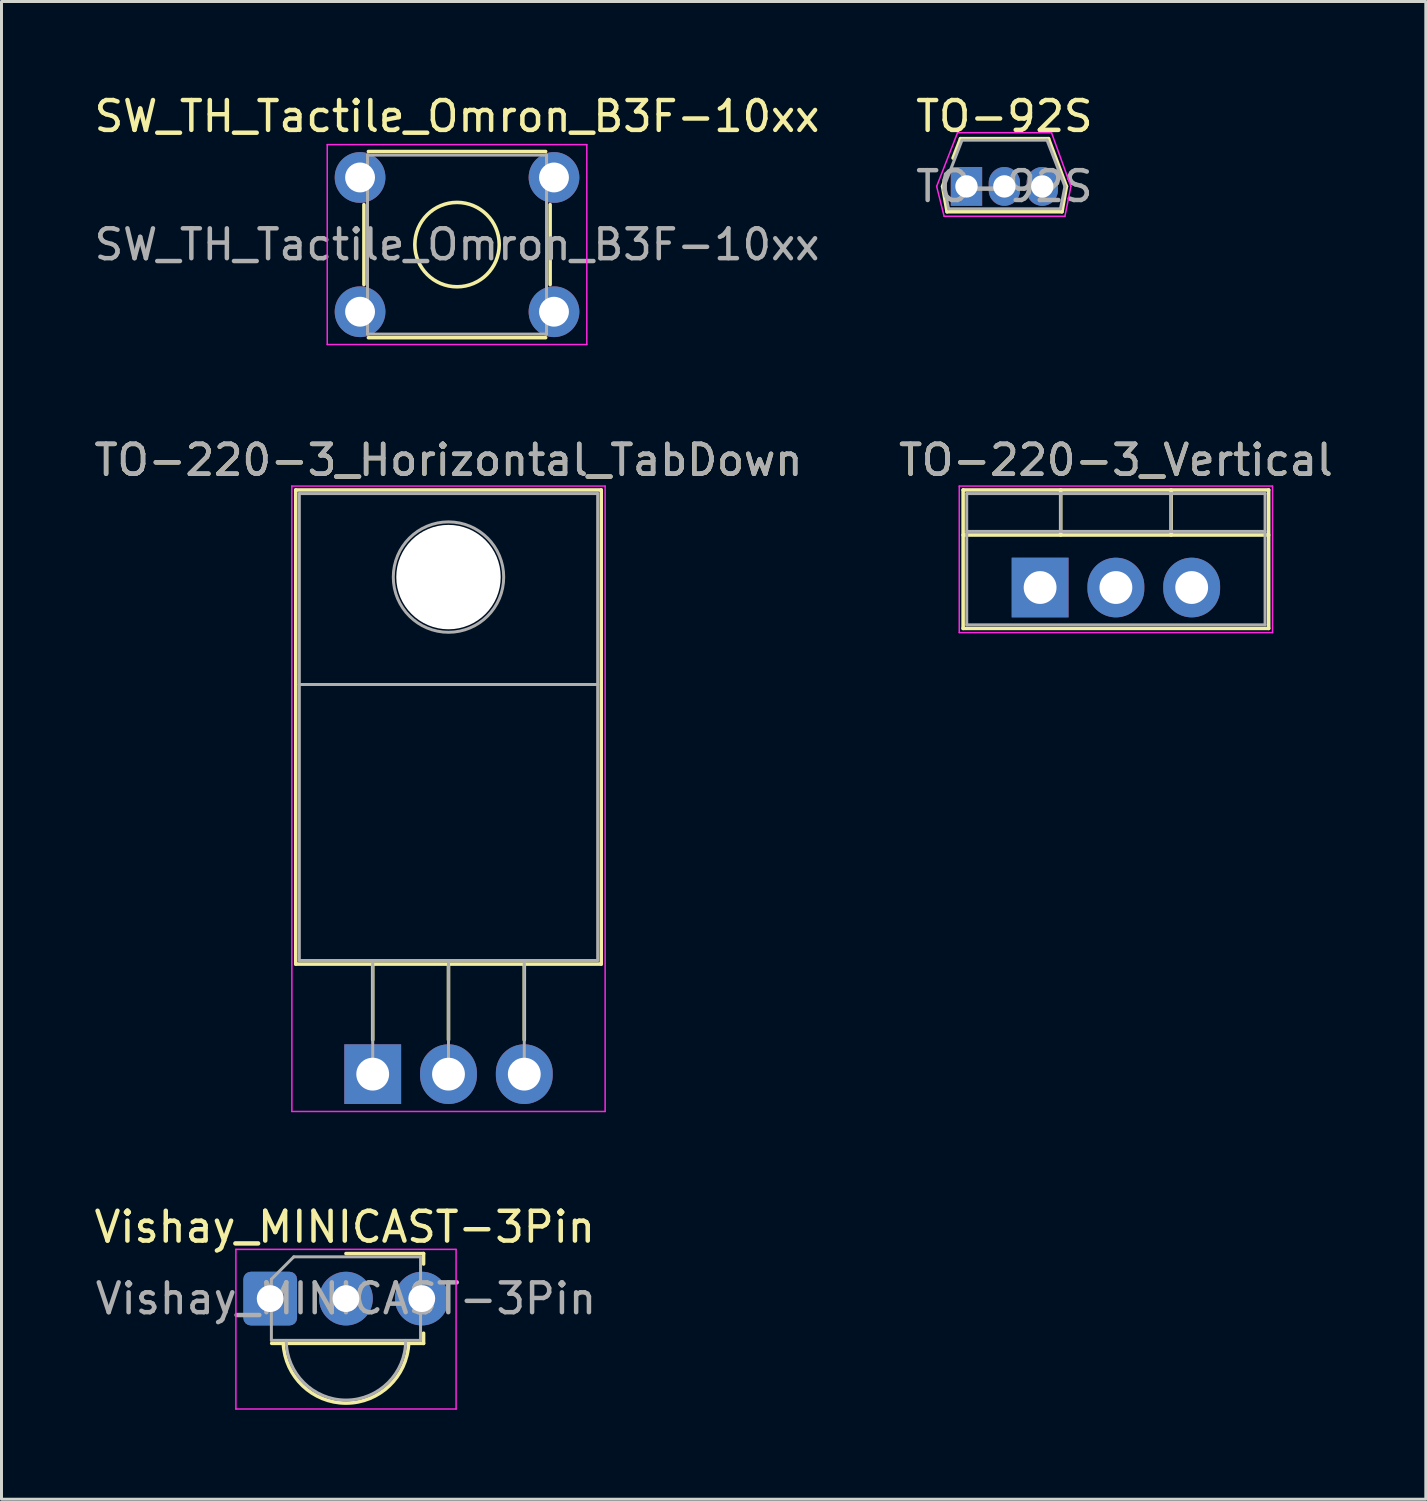
<source format=kicad_pcb>
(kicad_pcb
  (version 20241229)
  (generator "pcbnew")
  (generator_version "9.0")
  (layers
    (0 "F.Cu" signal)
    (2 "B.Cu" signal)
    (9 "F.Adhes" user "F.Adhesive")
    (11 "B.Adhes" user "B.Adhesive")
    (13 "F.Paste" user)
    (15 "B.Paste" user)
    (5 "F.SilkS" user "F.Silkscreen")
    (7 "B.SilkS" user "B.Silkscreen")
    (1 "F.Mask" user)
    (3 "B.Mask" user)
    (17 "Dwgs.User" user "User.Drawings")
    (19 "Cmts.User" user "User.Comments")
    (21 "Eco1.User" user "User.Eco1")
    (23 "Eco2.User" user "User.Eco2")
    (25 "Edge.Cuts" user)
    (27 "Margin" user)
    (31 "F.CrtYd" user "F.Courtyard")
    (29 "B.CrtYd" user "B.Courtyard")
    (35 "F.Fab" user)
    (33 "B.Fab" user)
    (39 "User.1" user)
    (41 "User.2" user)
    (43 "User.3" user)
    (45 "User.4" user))
  (footprint "Vishay_MINICAST-3Pin"
    (layer "F.Cu")
    (at 6.006 40.475)
    (property "Reference" "Vishay_MINICAST-3Pin" (at 2.5 -2.4 180) (layer "F.SilkS") (effects (font (size 1 1) (thickness 0.15))))
    (attr through_hole)
    (fp_line (start 5.14 -1.51) (end 2.54 -1.51) (stroke (width 0.12) (type solid)) (layer "F.SilkS"))
    (fp_line (start 5.14 -1.16) (end 5.14 -1.51) (stroke (width 0.12) (type solid)) (layer "F.SilkS"))
    (fp_line (start 5.14 1.16) (end 5.14 1.5) (stroke (width 0.12) (type solid)) (layer "F.SilkS"))
    (fp_line (start 5.14 1.5) (end 0.05 1.5) (stroke (width 0.12) (type solid)) (layer "F.SilkS"))
    (fp_arc (start 4.64 1.5) (mid 2.540869 3.502378) (end 0.440083 1.501736) (stroke (width 0.12) (type solid)) (layer "F.SilkS"))
    (fp_line (start -1.15 -1.65) (end -1.15 3.7) (stroke (width 0.05) (type solid)) (layer "F.CrtYd"))
    (fp_line (start -1.15 -1.65) (end 6.23 -1.65) (stroke (width 0.05) (type solid)) (layer "F.CrtYd"))
    (fp_line (start 6.23 3.7) (end -1.15 3.7) (stroke (width 0.05) (type solid)) (layer "F.CrtYd"))
    (fp_line (start 6.23 3.7) (end 6.23 -1.65) (stroke (width 0.05) (type solid)) (layer "F.CrtYd"))
    (fp_line (start 0.04 1.4) (end 0.04 -0.65) (stroke (width 0.1) (type solid)) (layer "F.Fab"))
    (fp_line (start 0.79 -1.4) (end 0.04 -0.65) (stroke (width 0.1) (type solid)) (layer "F.Fab"))
    (fp_line (start 0.79 -1.4) (end 5.04 -1.4) (stroke (width 0.1) (type solid)) (layer "F.Fab"))
    (fp_line (start 5.04 -1.4) (end 5.04 1.4) (stroke (width 0.1) (type solid)) (layer "F.Fab"))
    (fp_line (start 5.04 1.4) (end 0.04 1.4) (stroke (width 0.1) (type solid)) (layer "F.Fab"))
    (fp_arc (start 4.54 1.4) (mid 2.54 3.4) (end 0.54 1.4) (stroke (width 0.1) (type solid)) (layer "F.Fab"))
    (fp_text user "${REFERENCE}" (at 2.54 0 0) (layer "F.Fab") (effects (font (size 1 1) (thickness 0.15))))
    (pad "1" thru_hole roundrect (at 0 0) (size 1.8 1.8) (drill 0.9) (layers "*.Cu" "*.Mask") (roundrect_rratio 0.139))
    (pad "2" thru_hole circle (at 2.54 0) (size 1.8 1.8) (drill 0.9) (layers "*.Cu" "*.Mask"))
    (pad "3" thru_hole circle (at 5.08 0) (size 1.8 1.8) (drill 0.9) (layers "*.Cu" "*.Mask")))
  (footprint "SW_TH_Tactile_Omron_B3F-10xx"
    (layer "F.Cu")
    (at 9.018 2.898)
    (property "Reference" "SW_TH_Tactile_Omron_B3F-10xx" (at 3.25 -2.05 0) (layer "F.SilkS") (effects (font (size 1 1) (thickness 0.15))))
    (attr smd)
    (fp_line (start 0.13 3.59) (end 0.13 0.91) (stroke (width 0.12) (type solid)) (layer "F.SilkS"))
    (fp_line (start 0.28 -0.87) (end 6.22 -0.87) (stroke (width 0.12) (type solid)) (layer "F.SilkS"))
    (fp_line (start 0.28 5.37) (end 6.22 5.37) (stroke (width 0.12) (type solid)) (layer "F.SilkS"))
    (fp_line (start 6.37 0.91) (end 6.37 3.59) (stroke (width 0.12) (type solid)) (layer "F.SilkS"))
    (fp_circle (center 3.25 2.25) (end 4.25 3.25) (stroke (width 0.12) (type solid)) (fill no) (layer "F.SilkS"))
    (fp_line (start -1.1 -1.1) (end -1.1 5.6) (stroke (width 0.05) (type solid)) (layer "F.CrtYd"))
    (fp_line (start -1.1 -1.1) (end 7.6 -1.1) (stroke (width 0.05) (type solid)) (layer "F.CrtYd"))
    (fp_line (start -1.1 5.6) (end 7.6 5.6) (stroke (width 0.05) (type solid)) (layer "F.CrtYd"))
    (fp_line (start 7.6 5.6) (end 7.6 -1.1) (stroke (width 0.05) (type solid)) (layer "F.CrtYd"))
    (fp_line (start 0.25 -0.75) (end 0.25 5.25) (stroke (width 0.1) (type solid)) (layer "F.Fab"))
    (fp_line (start 0.25 -0.75) (end 6.25 -0.75) (stroke (width 0.1) (type solid)) (layer "F.Fab"))
    (fp_line (start 0.25 5.25) (end 6.25 5.25) (stroke (width 0.1) (type solid)) (layer "F.Fab"))
    (fp_line (start 6.25 -0.75) (end 6.25 5.25) (stroke (width 0.1) (type solid)) (layer "F.Fab"))
    (fp_text user "${REFERENCE}" (at 3.25 2.25 0) (layer "F.Fab") (effects (font (size 1 1) (thickness 0.15))))
    (pad "1" thru_hole circle (at 0 0) (size 1.7 1.7) (drill 1) (layers "*.Cu" "*.Mask"))
    (pad "2" thru_hole circle (at 6.5 0) (size 1.7 1.7) (drill 1) (layers "*.Cu" "*.Mask"))
    (pad "3" thru_hole circle (at 0 4.5) (size 1.7 1.7) (drill 1) (layers "*.Cu" "*.Mask"))
    (pad "4" thru_hole circle (at 6.5 4.5) (size 1.7 1.7) (drill 1) (layers "*.Cu" "*.Mask")))
  (footprint "TO-220-3_Horizontal_TabDown"
    (layer "F.Cu")
    (at 9.442 32.952)
    (property "Reference" "TO-220-3_Horizontal_TabDown" (at 2.54 -20.58 0) (layer "F.SilkS") (effects (font (size 1 1) (thickness 0.15))))
    (attr smd)
    (fp_line (start -2.58 -19.58) (end -2.58 -3.69) (stroke (width 0.12) (type solid)) (layer "F.SilkS"))
    (fp_line (start -2.58 -19.58) (end 7.66 -19.58) (stroke (width 0.12) (type solid)) (layer "F.SilkS"))
    (fp_line (start -2.58 -3.69) (end 7.66 -3.69) (stroke (width 0.12) (type solid)) (layer "F.SilkS"))
    (fp_line (start 0 -3.69) (end 0 -1.15) (stroke (width 0.12) (type solid)) (layer "F.SilkS"))
    (fp_line (start 2.54 -3.69) (end 2.54 -1.15) (stroke (width 0.12) (type solid)) (layer "F.SilkS"))
    (fp_line (start 5.08 -3.69) (end 5.08 -1.15) (stroke (width 0.12) (type solid)) (layer "F.SilkS"))
    (fp_line (start 7.66 -19.58) (end 7.66 -3.69) (stroke (width 0.12) (type solid)) (layer "F.SilkS"))
    (fp_line (start -2.71 -19.71) (end -2.71 1.25) (stroke (width 0.05) (type solid)) (layer "F.CrtYd"))
    (fp_line (start -2.71 1.25) (end 7.79 1.25) (stroke (width 0.05) (type solid)) (layer "F.CrtYd"))
    (fp_line (start 7.79 -19.71) (end -2.71 -19.71) (stroke (width 0.05) (type solid)) (layer "F.CrtYd"))
    (fp_line (start 7.79 1.25) (end 7.79 -19.71) (stroke (width 0.05) (type solid)) (layer "F.CrtYd"))
    (fp_line (start -2.46 -19.46) (end 7.54 -19.46) (stroke (width 0.1) (type solid)) (layer "F.Fab"))
    (fp_line (start -2.46 -13.06) (end -2.46 -19.46) (stroke (width 0.1) (type solid)) (layer "F.Fab"))
    (fp_line (start -2.46 -13.06) (end 7.54 -13.06) (stroke (width 0.1) (type solid)) (layer "F.Fab"))
    (fp_line (start -2.46 -3.81) (end -2.46 -13.06) (stroke (width 0.1) (type solid)) (layer "F.Fab"))
    (fp_line (start 0 -3.81) (end 0 0) (stroke (width 0.1) (type solid)) (layer "F.Fab"))
    (fp_line (start 2.54 -3.81) (end 2.54 0) (stroke (width 0.1) (type solid)) (layer "F.Fab"))
    (fp_line (start 5.08 -3.81) (end 5.08 0) (stroke (width 0.1) (type solid)) (layer "F.Fab"))
    (fp_line (start 7.54 -19.46) (end 7.54 -13.06) (stroke (width 0.1) (type solid)) (layer "F.Fab"))
    (fp_line (start 7.54 -13.06) (end -2.46 -13.06) (stroke (width 0.1) (type solid)) (layer "F.Fab"))
    (fp_line (start 7.54 -13.06) (end 7.54 -3.81) (stroke (width 0.1) (type solid)) (layer "F.Fab"))
    (fp_line (start 7.54 -3.81) (end -2.46 -3.81) (stroke (width 0.1) (type solid)) (layer "F.Fab"))
    (fp_circle (center 2.54 -16.66) (end 4.39 -16.66) (stroke (width 0.1) (type solid)) (fill no) (layer "F.Fab"))
    (fp_text user "${REFERENCE}" (at 2.54 -20.58 0) (layer "F.Fab") (effects (font (size 1 1) (thickness 0.15))))
    (pad "" np_thru_hole oval (at 2.54 -16.66) (size 3.5 3.5) (drill 3.5) (layers "*.Cu" "*.Mask"))
    (pad "1" thru_hole rect (at 0 0) (size 1.905 2) (drill 1.1) (layers "*.Cu" "*.Mask"))
    (pad "2" thru_hole oval (at 2.54 0) (size 1.905 2) (drill 1.1) (layers "*.Cu" "*.Mask"))
    (pad "3" thru_hole oval (at 5.08 0) (size 1.905 2) (drill 1.1) (layers "*.Cu" "*.Mask")))
  (footprint "TO-92S"
    (layer "F.Cu")
    (at 29.343 3.198)
    (property "Reference" "TO-92S" (at 1.27 -2.35 0) (layer "F.SilkS") (effects (font (size 1 1) (thickness 0.15))))
    (attr smd)
    (fp_line (start -0.8 0) (end -0.65 0.85) (stroke (width 0.12) (type solid)) (layer "F.SilkS"))
    (fp_line (start -0.7 -0.3) (end -0.8 0) (stroke (width 0.12) (type solid)) (layer "F.SilkS"))
    (fp_line (start -0.65 0.85) (end 3.2 0.85) (stroke (width 0.12) (type solid)) (layer "F.SilkS"))
    (fp_line (start -0.2 -1.6) (end -0.45 -0.95) (stroke (width 0.12) (type solid)) (layer "F.SilkS"))
    (fp_line (start 2.75 -1.6) (end -0.2 -1.6) (stroke (width 0.12) (type solid)) (layer "F.SilkS"))
    (fp_line (start 3.2 0.85) (end 3.35 0) (stroke (width 0.12) (type solid)) (layer "F.SilkS"))
    (fp_line (start 3.35 0) (end 2.75 -1.6) (stroke (width 0.12) (type solid)) (layer "F.SilkS"))
    (fp_line (start -1 0) (end -0.75 1) (stroke (width 0.05) (type solid)) (layer "F.CrtYd"))
    (fp_line (start -0.75 1) (end 3.3 1) (stroke (width 0.05) (type solid)) (layer "F.CrtYd"))
    (fp_line (start -0.3 -1.8) (end -1 0) (stroke (width 0.05) (type solid)) (layer "F.CrtYd"))
    (fp_line (start 2.85 -1.8) (end -0.3 -1.8) (stroke (width 0.05) (type solid)) (layer "F.CrtYd"))
    (fp_line (start 3.3 1) (end 3.5 0) (stroke (width 0.05) (type solid)) (layer "F.CrtYd"))
    (fp_line (start 3.5 0) (end 2.85 -1.8) (stroke (width 0.05) (type solid)) (layer "F.CrtYd"))
    (fp_line (start -0.75 0) (end -0.15 -1.55) (stroke (width 0.1) (type solid)) (layer "F.Fab"))
    (fp_line (start -0.6 0.75) (end -0.75 0) (stroke (width 0.1) (type solid)) (layer "F.Fab"))
    (fp_line (start -0.6 0.75) (end 3.15 0.75) (stroke (width 0.1) (type solid)) (layer "F.Fab"))
    (fp_line (start -0.15 -1.55) (end 2.7 -1.55) (stroke (width 0.1) (type solid)) (layer "F.Fab"))
    (fp_line (start 3.15 0.75) (end 3.3 0) (stroke (width 0.1) (type solid)) (layer "F.Fab"))
    (fp_line (start 3.3 0) (end 2.7 -1.55) (stroke (width 0.1) (type solid)) (layer "F.Fab"))
    (fp_text user "${REFERENCE}" (at 1.27 0 0) (layer "F.Fab") (effects (font (size 1 1) (thickness 0.15))))
    (pad "1" thru_hole rect (at 0 0) (size 1.05 1.3) (drill 0.75) (layers "*.Cu" "*.Mask"))
    (pad "2" thru_hole oval (at 1.27 0) (size 1.05 1.3) (drill 0.75) (layers "*.Cu" "*.Mask"))
    (pad "3" thru_hole oval (at 2.54 0) (size 1.05 1.3) (drill 0.75) (layers "*.Cu" "*.Mask")))
  (footprint "TO-220-3_Vertical"
    (layer "F.Cu")
    (at 31.811 16.642)
    (property "Reference" "TO-220-3_Vertical" (at 2.54 -4.27 0) (layer "F.SilkS") (effects (font (size 1 1) (thickness 0.15))))
    (attr smd)
    (fp_line (start -2.58 -3.27) (end -2.58 1.371) (stroke (width 0.12) (type solid)) (layer "F.SilkS"))
    (fp_line (start -2.58 -3.27) (end 7.66 -3.27) (stroke (width 0.12) (type solid)) (layer "F.SilkS"))
    (fp_line (start -2.58 -1.76) (end 7.66 -1.76) (stroke (width 0.12) (type solid)) (layer "F.SilkS"))
    (fp_line (start -2.58 1.371) (end 7.66 1.371) (stroke (width 0.12) (type solid)) (layer "F.SilkS"))
    (fp_line (start 0.69 -3.27) (end 0.69 -1.76) (stroke (width 0.12) (type solid)) (layer "F.SilkS"))
    (fp_line (start 4.391 -3.27) (end 4.391 -1.76) (stroke (width 0.12) (type solid)) (layer "F.SilkS"))
    (fp_line (start 7.66 -3.27) (end 7.66 1.371) (stroke (width 0.12) (type solid)) (layer "F.SilkS"))
    (fp_line (start -2.71 -3.4) (end -2.71 1.51) (stroke (width 0.05) (type solid)) (layer "F.CrtYd"))
    (fp_line (start -2.71 1.51) (end 7.79 1.51) (stroke (width 0.05) (type solid)) (layer "F.CrtYd"))
    (fp_line (start 7.79 -3.4) (end -2.71 -3.4) (stroke (width 0.05) (type solid)) (layer "F.CrtYd"))
    (fp_line (start 7.79 1.51) (end 7.79 -3.4) (stroke (width 0.05) (type solid)) (layer "F.CrtYd"))
    (fp_line (start -2.46 -3.15) (end -2.46 1.25) (stroke (width 0.1) (type solid)) (layer "F.Fab"))
    (fp_line (start -2.46 -1.88) (end 7.54 -1.88) (stroke (width 0.1) (type solid)) (layer "F.Fab"))
    (fp_line (start -2.46 1.25) (end 7.54 1.25) (stroke (width 0.1) (type solid)) (layer "F.Fab"))
    (fp_line (start 0.69 -3.15) (end 0.69 -1.88) (stroke (width 0.1) (type solid)) (layer "F.Fab"))
    (fp_line (start 4.39 -3.15) (end 4.39 -1.88) (stroke (width 0.1) (type solid)) (layer "F.Fab"))
    (fp_line (start 7.54 -3.15) (end -2.46 -3.15) (stroke (width 0.1) (type solid)) (layer "F.Fab"))
    (fp_line (start 7.54 1.25) (end 7.54 -3.15) (stroke (width 0.1) (type solid)) (layer "F.Fab"))
    (fp_text user "${REFERENCE}" (at 2.54 -4.27 0) (layer "F.Fab") (effects (font (size 1 1) (thickness 0.15))))
    (pad "1" thru_hole rect (at 0 0) (size 1.905 2) (drill 1.1) (layers "*.Cu" "*.Mask"))
    (pad "2" thru_hole oval (at 2.54 0) (size 1.905 2) (drill 1.1) (layers "*.Cu" "*.Mask"))
    (pad "3" thru_hole oval (at 5.08 0) (size 1.905 2) (drill 1.1) (layers "*.Cu" "*.Mask")))
  (gr_rect
    (start -3 -3)
    (end 44.738 47.2)
    (stroke (width 0.1) (type default))
    (fill no)
    (layer "Edge.Cuts")))
</source>
